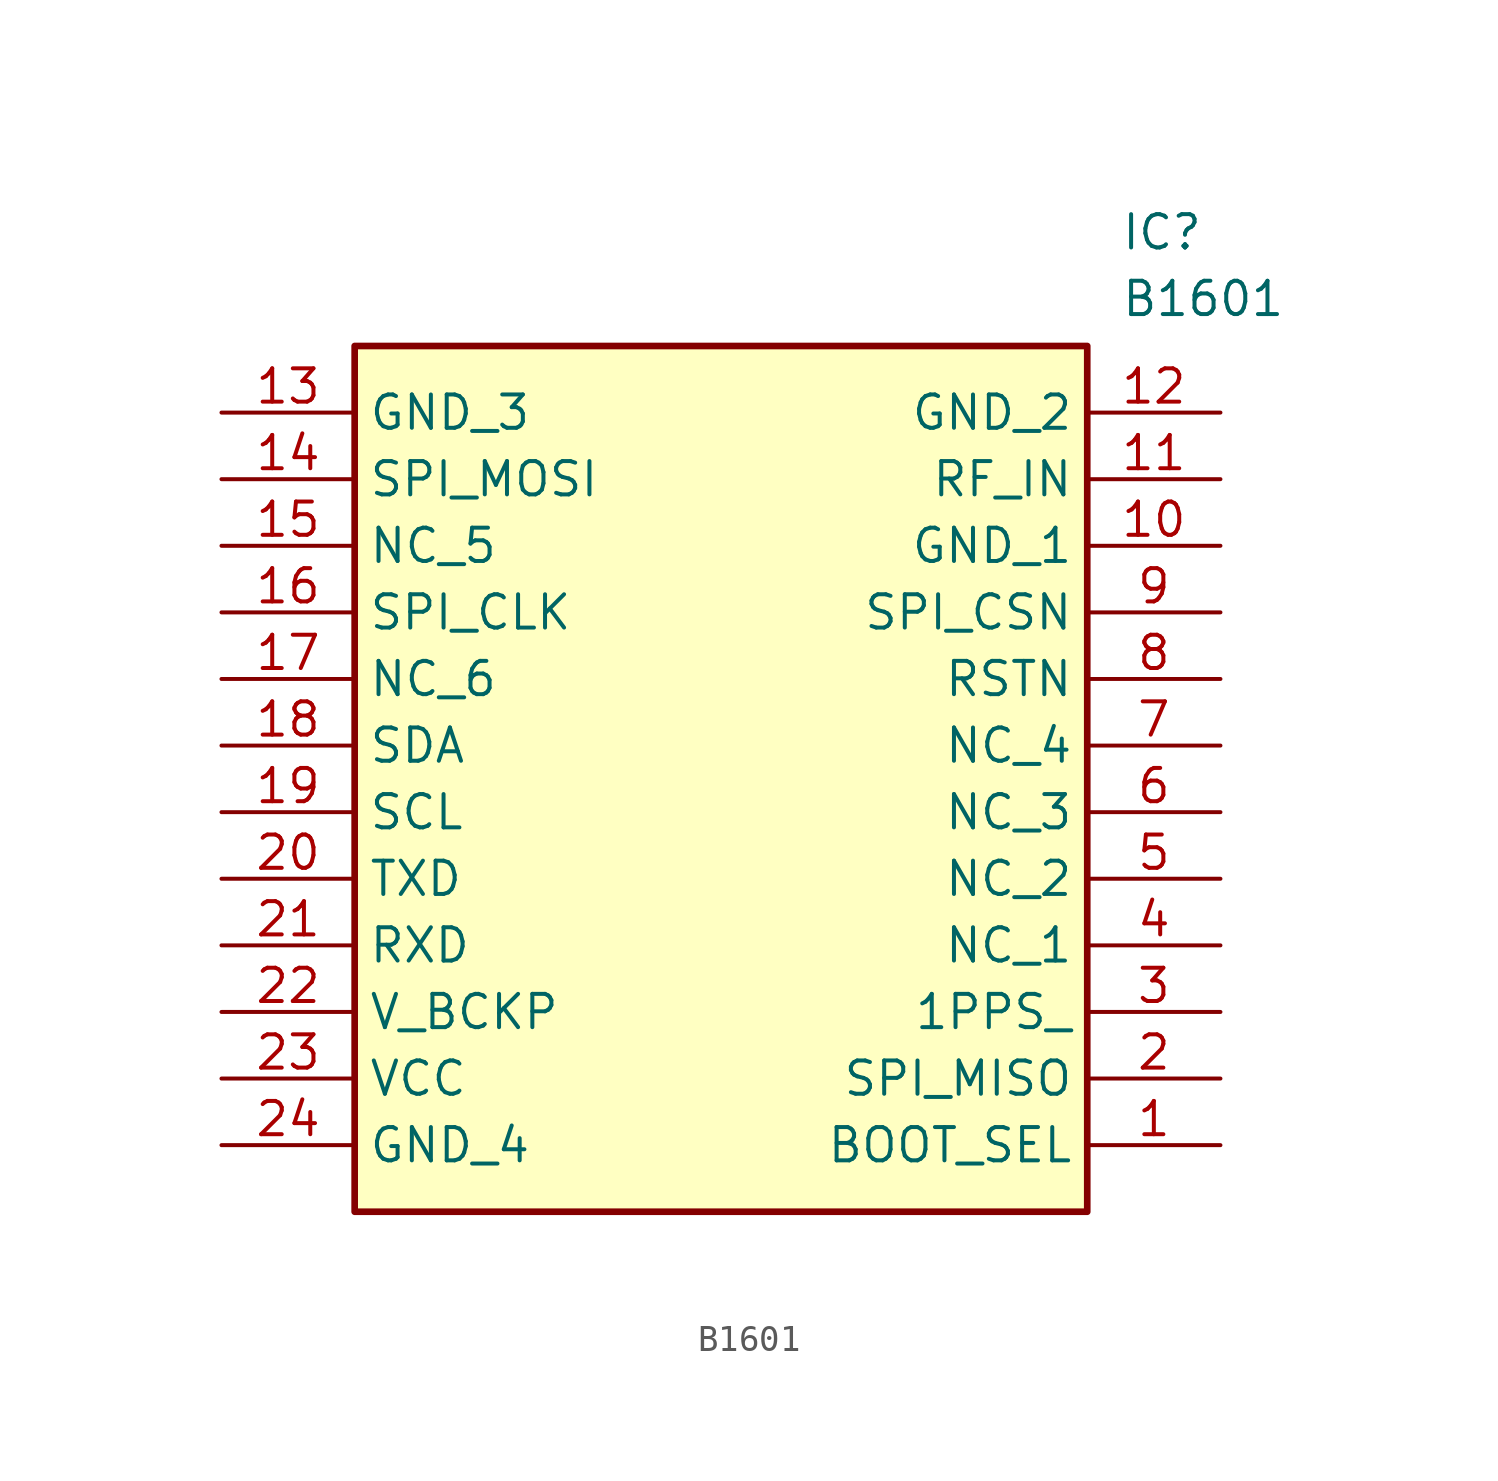
<source format=kicad_sym>
(kicad_symbol_lib
  (version 20211014)
  (generator SamacSys_ECAD_Model)
  (symbol "B1601"
    (property "Reference" "IC"
      (at 34.29 7.62 0)
      (effects (font (size 1.27 1.27)) (justify left top)))
    (property "Value" "B1601"
      (at 34.29 5.08 0)
      (effects (font (size 1.27 1.27)) (justify left top)))
    (rectangle
      (start 5.08 2.54)
      (end 33.02 -30.48)
      (stroke (width 0.254) (type default))
      (fill (type background)))
    (pin passive line
      (at 38.1 -27.94 180)
      (length 5.08)
      (name "BOOT_SEL" (effects (font (size 1.27 1.27))))
      (number "1" (effects (font (size 1.27 1.27)))))
    (pin passive line
      (at 38.1 -25.4 180)
      (length 5.08)
      (name "SPI_MISO" (effects (font (size 1.27 1.27))))
      (number "2" (effects (font (size 1.27 1.27)))))
    (pin passive line
      (at 38.1 -22.86 180)
      (length 5.08)
      (name "1PPS_" (effects (font (size 1.27 1.27))))
      (number "3" (effects (font (size 1.27 1.27)))))
    (pin passive line
      (at 38.1 -20.32 180)
      (length 5.08)
      (name "NC_1" (effects (font (size 1.27 1.27))))
      (number "4" (effects (font (size 1.27 1.27)))))
    (pin passive line
      (at 38.1 -17.78 180)
      (length 5.08)
      (name "NC_2" (effects (font (size 1.27 1.27))))
      (number "5" (effects (font (size 1.27 1.27)))))
    (pin passive line
      (at 38.1 -15.24 180)
      (length 5.08)
      (name "NC_3" (effects (font (size 1.27 1.27))))
      (number "6" (effects (font (size 1.27 1.27)))))
    (pin passive line
      (at 38.1 -12.7 180)
      (length 5.08)
      (name "NC_4" (effects (font (size 1.27 1.27))))
      (number "7" (effects (font (size 1.27 1.27)))))
    (pin passive line
      (at 38.1 -10.16 180)
      (length 5.08)
      (name "RSTN" (effects (font (size 1.27 1.27))))
      (number "8" (effects (font (size 1.27 1.27)))))
    (pin passive line
      (at 38.1 -7.62 180)
      (length 5.08)
      (name "SPI_CSN" (effects (font (size 1.27 1.27))))
      (number "9" (effects (font (size 1.27 1.27)))))
    (pin passive line
      (at 38.1 -5.08 180)
      (length 5.08)
      (name "GND_1" (effects (font (size 1.27 1.27))))
      (number "10" (effects (font (size 1.27 1.27)))))
    (pin passive line
      (at 38.1 -2.54 180)
      (length 5.08)
      (name "RF_IN" (effects (font (size 1.27 1.27))))
      (number "11" (effects (font (size 1.27 1.27)))))
    (pin passive line
      (at 38.1 0 180)
      (length 5.08)
      (name "GND_2" (effects (font (size 1.27 1.27))))
      (number "12" (effects (font (size 1.27 1.27)))))
    (pin passive line
      (at 0 0 0)
      (length 5.08)
      (name "GND_3" (effects (font (size 1.27 1.27))))
      (number "13" (effects (font (size 1.27 1.27)))))
    (pin passive line
      (at 0 -2.54 0)
      (length 5.08)
      (name "SPI_MOSI" (effects (font (size 1.27 1.27))))
      (number "14" (effects (font (size 1.27 1.27)))))
    (pin passive line
      (at 0 -5.08 0)
      (length 5.08)
      (name "NC_5" (effects (font (size 1.27 1.27))))
      (number "15" (effects (font (size 1.27 1.27)))))
    (pin passive line
      (at 0 -7.62 0)
      (length 5.08)
      (name "SPI_CLK" (effects (font (size 1.27 1.27))))
      (number "16" (effects (font (size 1.27 1.27)))))
    (pin passive line
      (at 0 -10.16 0)
      (length 5.08)
      (name "NC_6" (effects (font (size 1.27 1.27))))
      (number "17" (effects (font (size 1.27 1.27)))))
    (pin passive line
      (at 0 -12.7 0)
      (length 5.08)
      (name "SDA" (effects (font (size 1.27 1.27))))
      (number "18" (effects (font (size 1.27 1.27)))))
    (pin passive line
      (at 0 -15.24 0)
      (length 5.08)
      (name "SCL" (effects (font (size 1.27 1.27))))
      (number "19" (effects (font (size 1.27 1.27)))))
    (pin passive line
      (at 0 -17.78 0)
      (length 5.08)
      (name "TXD" (effects (font (size 1.27 1.27))))
      (number "20" (effects (font (size 1.27 1.27)))))
    (pin passive line
      (at 0 -20.32 0)
      (length 5.08)
      (name "RXD" (effects (font (size 1.27 1.27))))
      (number "21" (effects (font (size 1.27 1.27)))))
    (pin passive line
      (at 0 -22.86 0)
      (length 5.08)
      (name "V_BCKP" (effects (font (size 1.27 1.27))))
      (number "22" (effects (font (size 1.27 1.27)))))
    (pin passive line
      (at 0 -25.4 0)
      (length 5.08)
      (name "VCC" (effects (font (size 1.27 1.27))))
      (number "23" (effects (font (size 1.27 1.27)))))
    (pin passive line
      (at 0 -27.94 0)
      (length 5.08)
      (name "GND_4" (effects (font (size 1.27 1.27))))
      (number "24" (effects (font (size 1.27 1.27)))))))
</source>
